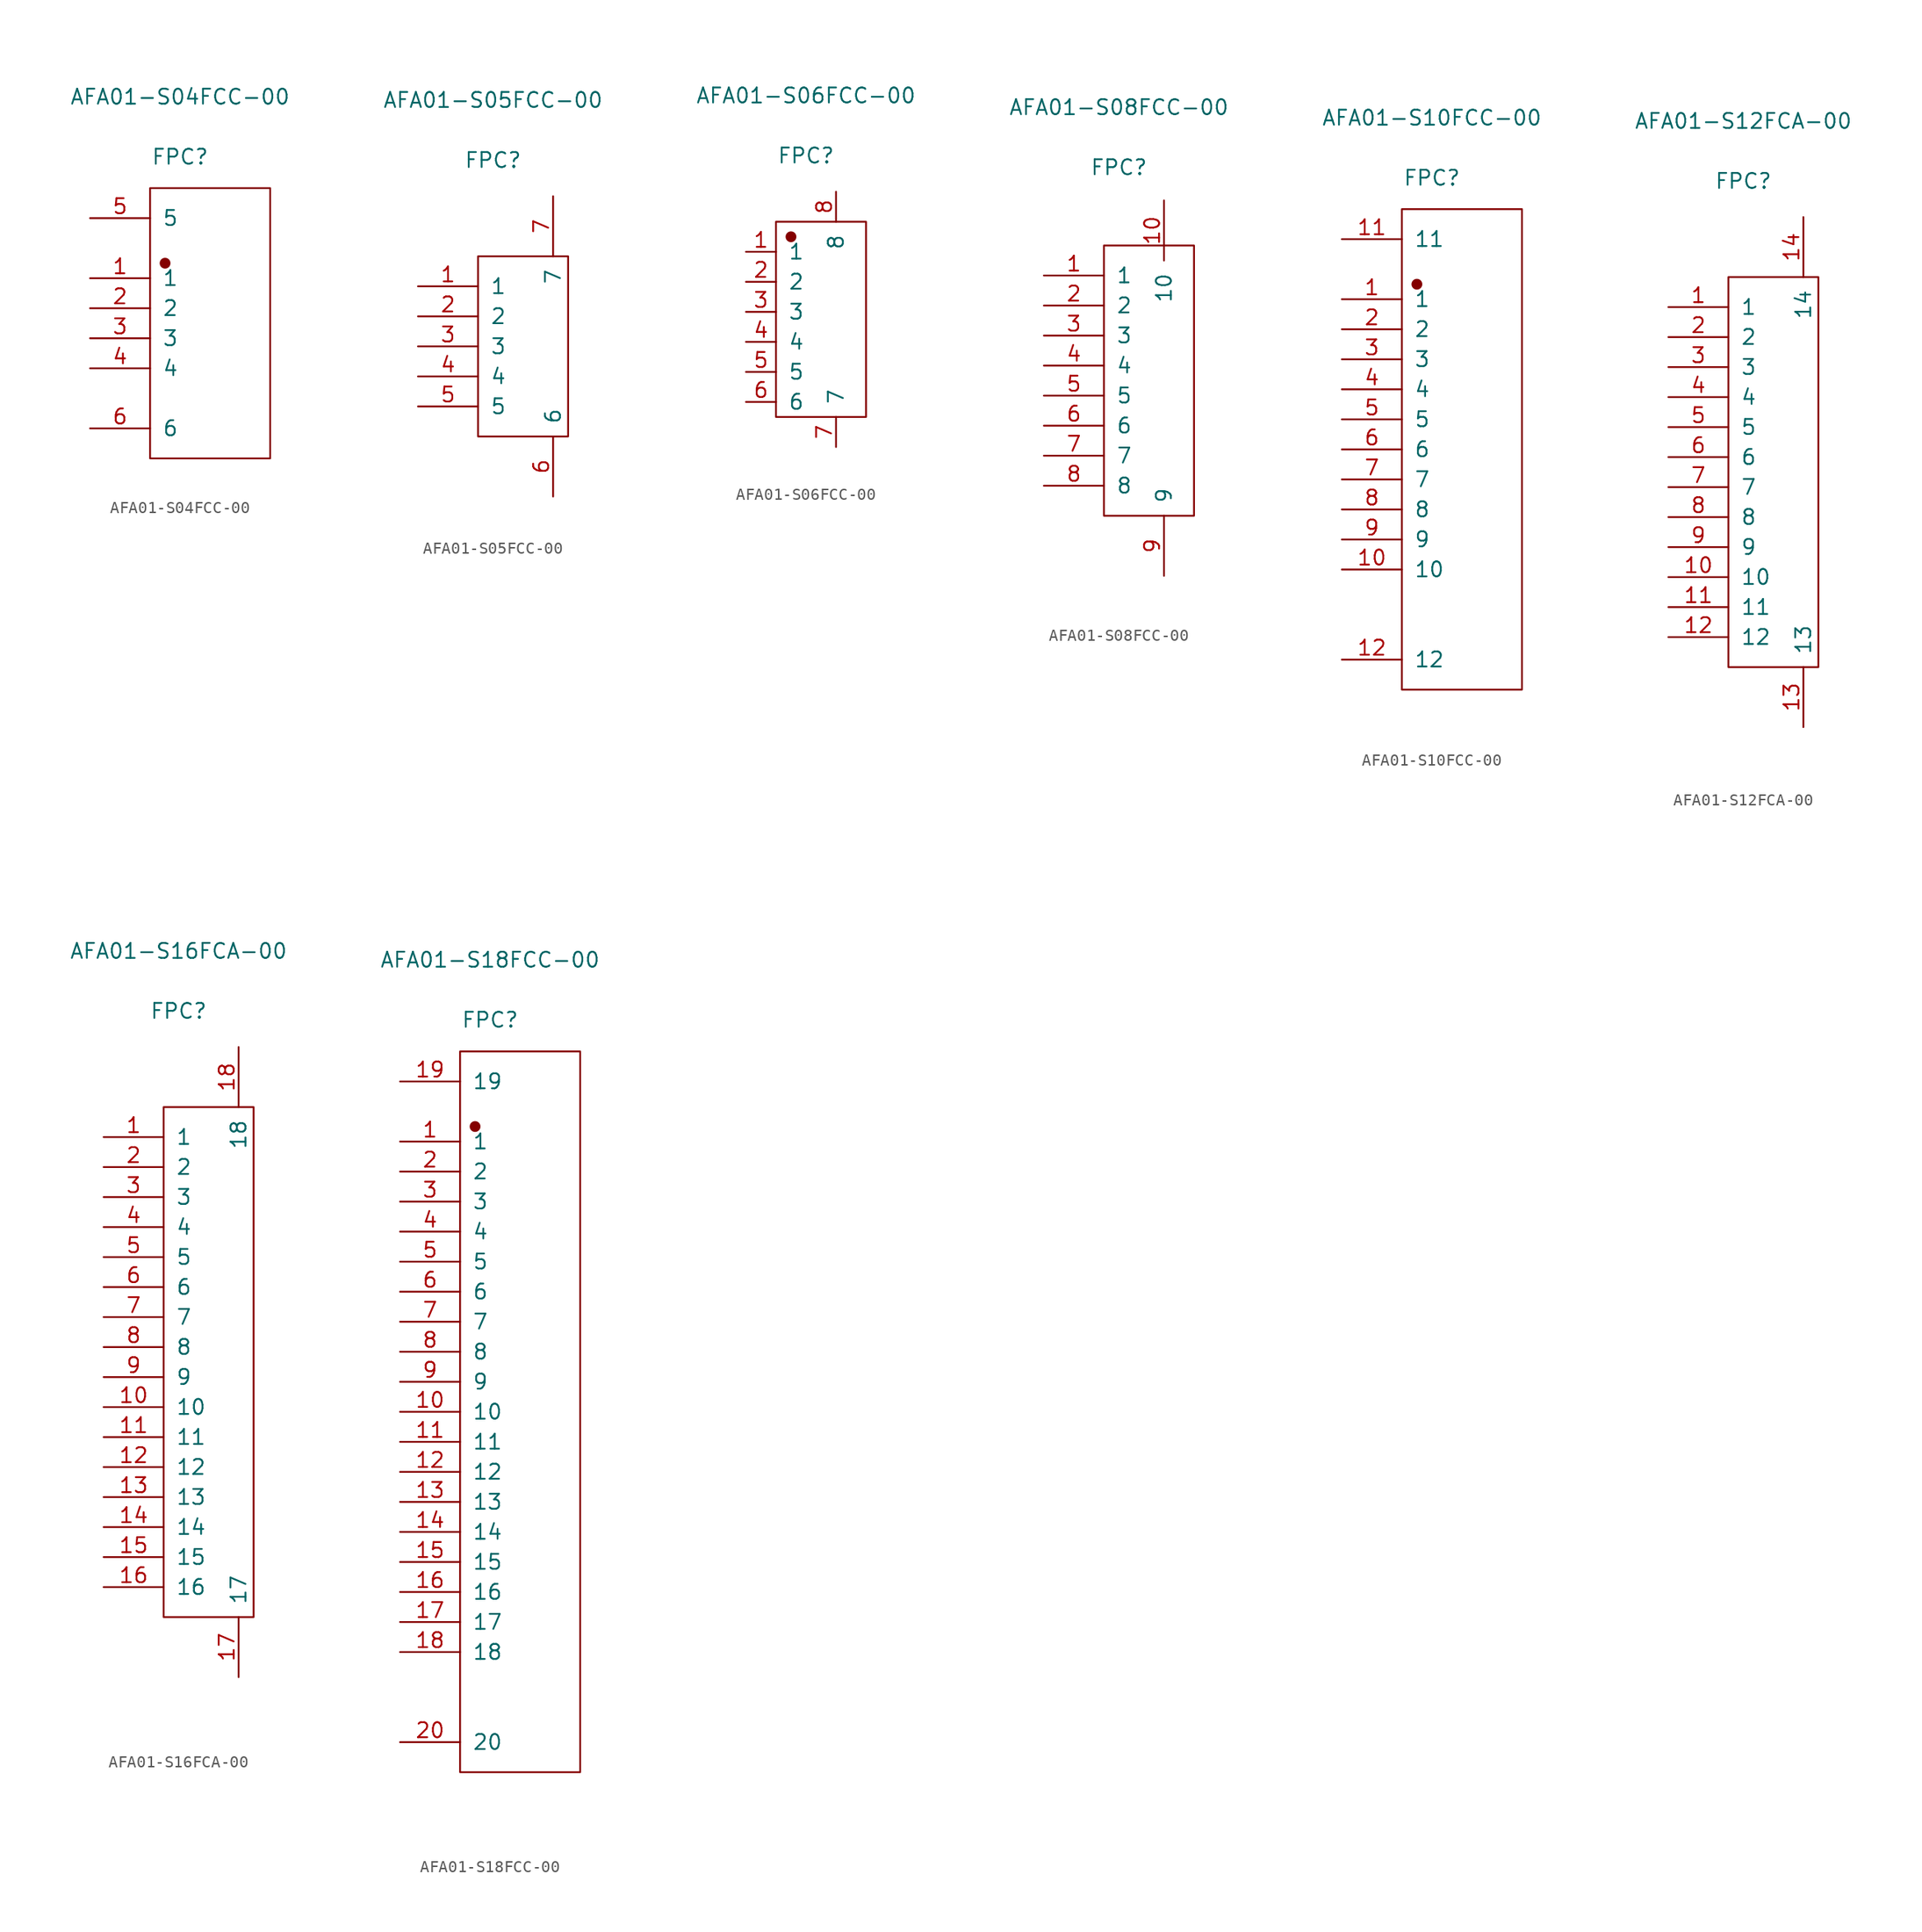
<source format=kicad_sym>
(kicad_symbol_lib
  (version 20220914)
  (generator kicad_symbol_editor)
  (symbol "AFA01-S04FCC-00"
    (pin_names
      (offset 1.016))
    (property "Reference" "FPC"
      (at 0 14.072 0)
      (effects (font (size 1.27 1.27))))
    (property "Value" "AFA01-S04FCC-00"
      (at 0 19.152 0)
      (effects (font (size 1.27 1.27))))
    (symbol "AFA01-S04FCC-00_1_1"
      (rectangle (start -2.54 11.43) (end 7.62 -11.43) (stroke (width 0.152) (type solid)) (fill (type none)))
      (circle (center -1.27 5.08) (radius 0.381) (stroke (width 0.152) (type solid)) (fill (type outline)))
      (pin passive line (at -7.62 3.81 0) (length 5.08) (name "1" (effects (font (size 1.27 1.27)))) (number "1" (effects (font (size 1.27 1.27)))))
      (pin passive line (at -7.62 1.27 0) (length 5.08) (name "2" (effects (font (size 1.27 1.27)))) (number "2" (effects (font (size 1.27 1.27)))))
      (pin passive line (at -7.62 -1.27 0) (length 5.08) (name "3" (effects (font (size 1.27 1.27)))) (number "3" (effects (font (size 1.27 1.27)))))
      (pin passive line (at -7.62 -3.81 0) (length 5.08) (name "4" (effects (font (size 1.27 1.27)))) (number "4" (effects (font (size 1.27 1.27)))))
      (pin free line (at -7.62 8.89 0) (length 5.08) (name "5" (effects (font (size 1.27 1.27)))) (number "5" (effects (font (size 1.27 1.27)))))
      (pin free line (at -7.62 -8.89 0) (length 5.08) (name "6" (effects (font (size 1.27 1.27)))) (number "6" (effects (font (size 1.27 1.27)))))))
  (symbol "AFA01-S05FCC-00"
    (pin_names
      (offset 1.016))
    (property "Reference" "FPC"
      (at 0 15.748 0)
      (effects (font (size 1.27 1.27))))
    (property "Value" "AFA01-S05FCC-00"
      (at 0 20.828 0)
      (effects (font (size 1.27 1.27))))
    (symbol "AFA01-S05FCC-00_1_1"
      (rectangle (start -1.27 7.62) (end 6.35 -7.62) (stroke (width 0.152) (type solid)) (fill (type none)))
      (pin passive line (at -6.35 5.08 0) (length 5.08) (name "1" (effects (font (size 1.27 1.27)))) (number "1" (effects (font (size 1.27 1.27)))))
      (pin passive line (at -6.35 2.54 0) (length 5.08) (name "2" (effects (font (size 1.27 1.27)))) (number "2" (effects (font (size 1.27 1.27)))))
      (pin passive line (at -6.35 0 0) (length 5.08) (name "3" (effects (font (size 1.27 1.27)))) (number "3" (effects (font (size 1.27 1.27)))))
      (pin passive line (at -6.35 -2.54 0) (length 5.08) (name "4" (effects (font (size 1.27 1.27)))) (number "4" (effects (font (size 1.27 1.27)))))
      (pin passive line (at -6.35 -5.08 0) (length 5.08) (name "5" (effects (font (size 1.27 1.27)))) (number "5" (effects (font (size 1.27 1.27)))))
      (pin free line (at 5.08 -12.7 90) (length 5.08) (name "6" (effects (font (size 1.27 1.27)))) (number "6" (effects (font (size 1.27 1.27)))))
      (pin free line (at 5.08 12.7 270) (length 5.08) (name "7" (effects (font (size 1.27 1.27)))) (number "7" (effects (font (size 1.27 1.27)))))))
  (symbol "AFA01-S06FCC-00"
    (pin_names
      (offset 1.016))
    (property "Reference" "FPC"
      (at 0 14.478 0)
      (effects (font (size 1.27 1.27))))
    (property "Value" "AFA01-S06FCC-00"
      (at 0 19.558 0)
      (effects (font (size 1.27 1.27))))
    (symbol "AFA01-S06FCC-00_1_1"
      (rectangle (start -2.54 8.89) (end 5.08 -7.62) (stroke (width 0.152) (type solid)) (fill (type none)))
      (circle (center -1.27 7.62) (radius 0.381) (stroke (width 0.152) (type solid)) (fill (type outline)))
      (pin passive line (at -5.08 6.35 0) (length 2.54) (name "1" (effects (font (size 1.27 1.27)))) (number "1" (effects (font (size 1.27 1.27)))))
      (pin passive line (at -5.08 3.81 0) (length 2.54) (name "2" (effects (font (size 1.27 1.27)))) (number "2" (effects (font (size 1.27 1.27)))))
      (pin passive line (at -5.08 1.27 0) (length 2.54) (name "3" (effects (font (size 1.27 1.27)))) (number "3" (effects (font (size 1.27 1.27)))))
      (pin passive line (at -5.08 -1.27 0) (length 2.54) (name "4" (effects (font (size 1.27 1.27)))) (number "4" (effects (font (size 1.27 1.27)))))
      (pin passive line (at -5.08 -3.81 0) (length 2.54) (name "5" (effects (font (size 1.27 1.27)))) (number "5" (effects (font (size 1.27 1.27)))))
      (pin passive line (at -5.08 -6.35 0) (length 2.54) (name "6" (effects (font (size 1.27 1.27)))) (number "6" (effects (font (size 1.27 1.27)))))
      (pin free line (at 2.54 -10.16 90) (length 2.54) (name "7" (effects (font (size 1.27 1.27)))) (number "7" (effects (font (size 1.27 1.27)))))
      (pin free line (at 2.54 11.43 270) (length 2.54) (name "8" (effects (font (size 1.27 1.27)))) (number "8" (effects (font (size 1.27 1.27)))))))
  (symbol "AFA01-S08FCC-00"
    (pin_names
      (offset 1.016))
    (property "Reference" "FPC"
      (at 0 18.034 0)
      (effects (font (size 1.27 1.27))))
    (property "Value" "AFA01-S08FCC-00"
      (at 0 23.114 0)
      (effects (font (size 1.27 1.27))))
    (symbol "AFA01-S08FCC-00_1_1"
      (rectangle (start -1.27 11.43) (end 6.35 -11.43) (stroke (width 0.152) (type solid)) (fill (type none)))
      (pin passive line (at -6.35 8.89 0) (length 5.08) (name "1" (effects (font (size 1.27 1.27)))) (number "1" (effects (font (size 1.27 1.27)))))
      (pin free line (at 3.81 15.24 270) (length 5.08) (name "10" (effects (font (size 1.27 1.27)))) (number "10" (effects (font (size 1.27 1.27)))))
      (pin passive line (at -6.35 6.35 0) (length 5.08) (name "2" (effects (font (size 1.27 1.27)))) (number "2" (effects (font (size 1.27 1.27)))))
      (pin passive line (at -6.35 3.81 0) (length 5.08) (name "3" (effects (font (size 1.27 1.27)))) (number "3" (effects (font (size 1.27 1.27)))))
      (pin passive line (at -6.35 1.27 0) (length 5.08) (name "4" (effects (font (size 1.27 1.27)))) (number "4" (effects (font (size 1.27 1.27)))))
      (pin passive line (at -6.35 -1.27 0) (length 5.08) (name "5" (effects (font (size 1.27 1.27)))) (number "5" (effects (font (size 1.27 1.27)))))
      (pin passive line (at -6.35 -3.81 0) (length 5.08) (name "6" (effects (font (size 1.27 1.27)))) (number "6" (effects (font (size 1.27 1.27)))))
      (pin passive line (at -6.35 -6.35 0) (length 5.08) (name "7" (effects (font (size 1.27 1.27)))) (number "7" (effects (font (size 1.27 1.27)))))
      (pin passive line (at -6.35 -8.89 0) (length 5.08) (name "8" (effects (font (size 1.27 1.27)))) (number "8" (effects (font (size 1.27 1.27)))))
      (pin free line (at 3.81 -16.51 90) (length 5.08) (name "9" (effects (font (size 1.27 1.27)))) (number "9" (effects (font (size 1.27 1.27)))))))
  (symbol "AFA01-S10FCC-00"
    (pin_names
      (offset 1.016))
    (property "Reference" "FPC"
      (at 0 22.962 0)
      (effects (font (size 1.27 1.27))))
    (property "Value" "AFA01-S10FCC-00"
      (at 0 28.042 0)
      (effects (font (size 1.27 1.27))))
    (symbol "AFA01-S10FCC-00_1_1"
      (rectangle (start -2.54 20.32) (end 7.62 -20.32) (stroke (width 0.152) (type solid)) (fill (type none)))
      (circle (center -1.27 13.97) (radius 0.381) (stroke (width 0.152) (type solid)) (fill (type outline)))
      (pin passive line (at -7.62 12.7 0) (length 5.08) (name "1" (effects (font (size 1.27 1.27)))) (number "1" (effects (font (size 1.27 1.27)))))
      (pin passive line (at -7.62 -10.16 0) (length 5.08) (name "10" (effects (font (size 1.27 1.27)))) (number "10" (effects (font (size 1.27 1.27)))))
      (pin free line (at -7.62 17.78 0) (length 5.08) (name "11" (effects (font (size 1.27 1.27)))) (number "11" (effects (font (size 1.27 1.27)))))
      (pin free line (at -7.62 -17.78 0) (length 5.08) (name "12" (effects (font (size 1.27 1.27)))) (number "12" (effects (font (size 1.27 1.27)))))
      (pin passive line (at -7.62 10.16 0) (length 5.08) (name "2" (effects (font (size 1.27 1.27)))) (number "2" (effects (font (size 1.27 1.27)))))
      (pin passive line (at -7.62 7.62 0) (length 5.08) (name "3" (effects (font (size 1.27 1.27)))) (number "3" (effects (font (size 1.27 1.27)))))
      (pin passive line (at -7.62 5.08 0) (length 5.08) (name "4" (effects (font (size 1.27 1.27)))) (number "4" (effects (font (size 1.27 1.27)))))
      (pin passive line (at -7.62 2.54 0) (length 5.08) (name "5" (effects (font (size 1.27 1.27)))) (number "5" (effects (font (size 1.27 1.27)))))
      (pin passive line (at -7.62 0 0) (length 5.08) (name "6" (effects (font (size 1.27 1.27)))) (number "6" (effects (font (size 1.27 1.27)))))
      (pin passive line (at -7.62 -2.54 0) (length 5.08) (name "7" (effects (font (size 1.27 1.27)))) (number "7" (effects (font (size 1.27 1.27)))))
      (pin passive line (at -7.62 -5.08 0) (length 5.08) (name "8" (effects (font (size 1.27 1.27)))) (number "8" (effects (font (size 1.27 1.27)))))
      (pin passive line (at -7.62 -7.62 0) (length 5.08) (name "9" (effects (font (size 1.27 1.27)))) (number "9" (effects (font (size 1.27 1.27)))))))
  (symbol "AFA01-S12FCA-00"
    (pin_names
      (offset 1.016))
    (property "Reference" "FPC"
      (at 0 24.638 0)
      (effects (font (size 1.27 1.27))))
    (property "Value" "AFA01-S12FCA-00"
      (at 0 29.718 0)
      (effects (font (size 1.27 1.27))))
    (symbol "AFA01-S12FCA-00_1_1"
      (rectangle (start -1.27 16.51) (end 6.35 -16.51) (stroke (width 0.152) (type solid)) (fill (type none)))
      (pin passive line (at -6.35 13.97 0) (length 5.08) (name "1" (effects (font (size 1.27 1.27)))) (number "1" (effects (font (size 1.27 1.27)))))
      (pin passive line (at -6.35 -8.89 0) (length 5.08) (name "10" (effects (font (size 1.27 1.27)))) (number "10" (effects (font (size 1.27 1.27)))))
      (pin passive line (at -6.35 -11.43 0) (length 5.08) (name "11" (effects (font (size 1.27 1.27)))) (number "11" (effects (font (size 1.27 1.27)))))
      (pin passive line (at -6.35 -13.97 0) (length 5.08) (name "12" (effects (font (size 1.27 1.27)))) (number "12" (effects (font (size 1.27 1.27)))))
      (pin free line (at 5.08 -21.59 90) (length 5.08) (name "13" (effects (font (size 1.27 1.27)))) (number "13" (effects (font (size 1.27 1.27)))))
      (pin free line (at 5.08 21.59 270) (length 5.08) (name "14" (effects (font (size 1.27 1.27)))) (number "14" (effects (font (size 1.27 1.27)))))
      (pin passive line (at -6.35 11.43 0) (length 5.08) (name "2" (effects (font (size 1.27 1.27)))) (number "2" (effects (font (size 1.27 1.27)))))
      (pin passive line (at -6.35 8.89 0) (length 5.08) (name "3" (effects (font (size 1.27 1.27)))) (number "3" (effects (font (size 1.27 1.27)))))
      (pin passive line (at -6.35 6.35 0) (length 5.08) (name "4" (effects (font (size 1.27 1.27)))) (number "4" (effects (font (size 1.27 1.27)))))
      (pin passive line (at -6.35 3.81 0) (length 5.08) (name "5" (effects (font (size 1.27 1.27)))) (number "5" (effects (font (size 1.27 1.27)))))
      (pin passive line (at -6.35 1.27 0) (length 5.08) (name "6" (effects (font (size 1.27 1.27)))) (number "6" (effects (font (size 1.27 1.27)))))
      (pin passive line (at -6.35 -1.27 0) (length 5.08) (name "7" (effects (font (size 1.27 1.27)))) (number "7" (effects (font (size 1.27 1.27)))))
      (pin passive line (at -6.35 -3.81 0) (length 5.08) (name "8" (effects (font (size 1.27 1.27)))) (number "8" (effects (font (size 1.27 1.27)))))
      (pin passive line (at -6.35 -6.35 0) (length 5.08) (name "9" (effects (font (size 1.27 1.27)))) (number "9" (effects (font (size 1.27 1.27)))))))
  (symbol "AFA01-S16FCA-00"
    (pin_names
      (offset 1.016))
    (property "Reference" "FPC"
      (at 0 29.718 0)
      (effects (font (size 1.27 1.27))))
    (property "Value" "AFA01-S16FCA-00"
      (at 0 34.798 0)
      (effects (font (size 1.27 1.27))))
    (symbol "AFA01-S16FCA-00_1_1"
      (rectangle (start -1.27 21.59) (end 6.35 -21.59) (stroke (width 0.152) (type solid)) (fill (type none)))
      (pin passive line (at -6.35 19.05 0) (length 5.08) (name "1" (effects (font (size 1.27 1.27)))) (number "1" (effects (font (size 1.27 1.27)))))
      (pin passive line (at -6.35 -3.81 0) (length 5.08) (name "10" (effects (font (size 1.27 1.27)))) (number "10" (effects (font (size 1.27 1.27)))))
      (pin passive line (at -6.35 -6.35 0) (length 5.08) (name "11" (effects (font (size 1.27 1.27)))) (number "11" (effects (font (size 1.27 1.27)))))
      (pin passive line (at -6.35 -8.89 0) (length 5.08) (name "12" (effects (font (size 1.27 1.27)))) (number "12" (effects (font (size 1.27 1.27)))))
      (pin passive line (at -6.35 -11.43 0) (length 5.08) (name "13" (effects (font (size 1.27 1.27)))) (number "13" (effects (font (size 1.27 1.27)))))
      (pin passive line (at -6.35 -13.97 0) (length 5.08) (name "14" (effects (font (size 1.27 1.27)))) (number "14" (effects (font (size 1.27 1.27)))))
      (pin passive line (at -6.35 -16.51 0) (length 5.08) (name "15" (effects (font (size 1.27 1.27)))) (number "15" (effects (font (size 1.27 1.27)))))
      (pin passive line (at -6.35 -19.05 0) (length 5.08) (name "16" (effects (font (size 1.27 1.27)))) (number "16" (effects (font (size 1.27 1.27)))))
      (pin free line (at 5.08 -26.67 90) (length 5.08) (name "17" (effects (font (size 1.27 1.27)))) (number "17" (effects (font (size 1.27 1.27)))))
      (pin free line (at 5.08 26.67 270) (length 5.08) (name "18" (effects (font (size 1.27 1.27)))) (number "18" (effects (font (size 1.27 1.27)))))
      (pin passive line (at -6.35 16.51 0) (length 5.08) (name "2" (effects (font (size 1.27 1.27)))) (number "2" (effects (font (size 1.27 1.27)))))
      (pin passive line (at -6.35 13.97 0) (length 5.08) (name "3" (effects (font (size 1.27 1.27)))) (number "3" (effects (font (size 1.27 1.27)))))
      (pin passive line (at -6.35 11.43 0) (length 5.08) (name "4" (effects (font (size 1.27 1.27)))) (number "4" (effects (font (size 1.27 1.27)))))
      (pin passive line (at -6.35 8.89 0) (length 5.08) (name "5" (effects (font (size 1.27 1.27)))) (number "5" (effects (font (size 1.27 1.27)))))
      (pin passive line (at -6.35 6.35 0) (length 5.08) (name "6" (effects (font (size 1.27 1.27)))) (number "6" (effects (font (size 1.27 1.27)))))
      (pin passive line (at -6.35 3.81 0) (length 5.08) (name "7" (effects (font (size 1.27 1.27)))) (number "7" (effects (font (size 1.27 1.27)))))
      (pin passive line (at -6.35 1.27 0) (length 5.08) (name "8" (effects (font (size 1.27 1.27)))) (number "8" (effects (font (size 1.27 1.27)))))
      (pin passive line (at -6.35 -1.27 0) (length 5.08) (name "9" (effects (font (size 1.27 1.27)))) (number "9" (effects (font (size 1.27 1.27)))))))
  (symbol "AFA01-S18FCC-00"
    (pin_names
      (offset 1.016))
    (property "Reference" "FPC"
      (at 0 33.147 0)
      (effects (font (size 1.27 1.27))))
    (property "Value" "AFA01-S18FCC-00"
      (at 0 38.227 0)
      (effects (font (size 1.27 1.27))))
    (symbol "AFA01-S18FCC-00_1_1"
      (rectangle (start -2.54 30.48) (end 7.62 -30.48) (stroke (width 0.152) (type solid)) (fill (type none)))
      (circle (center -1.27 24.13) (radius 0.381) (stroke (width 0.152) (type solid)) (fill (type outline)))
      (pin passive line (at -7.62 22.86 0) (length 5.08) (name "1" (effects (font (size 1.27 1.27)))) (number "1" (effects (font (size 1.27 1.27)))))
      (pin passive line (at -7.62 0 0) (length 5.08) (name "10" (effects (font (size 1.27 1.27)))) (number "10" (effects (font (size 1.27 1.27)))))
      (pin passive line (at -7.62 -2.54 0) (length 5.08) (name "11" (effects (font (size 1.27 1.27)))) (number "11" (effects (font (size 1.27 1.27)))))
      (pin passive line (at -7.62 -5.08 0) (length 5.08) (name "12" (effects (font (size 1.27 1.27)))) (number "12" (effects (font (size 1.27 1.27)))))
      (pin passive line (at -7.62 -7.62 0) (length 5.08) (name "13" (effects (font (size 1.27 1.27)))) (number "13" (effects (font (size 1.27 1.27)))))
      (pin passive line (at -7.62 -10.16 0) (length 5.08) (name "14" (effects (font (size 1.27 1.27)))) (number "14" (effects (font (size 1.27 1.27)))))
      (pin passive line (at -7.62 -12.7 0) (length 5.08) (name "15" (effects (font (size 1.27 1.27)))) (number "15" (effects (font (size 1.27 1.27)))))
      (pin passive line (at -7.62 -15.24 0) (length 5.08) (name "16" (effects (font (size 1.27 1.27)))) (number "16" (effects (font (size 1.27 1.27)))))
      (pin passive line (at -7.62 -17.78 0) (length 5.08) (name "17" (effects (font (size 1.27 1.27)))) (number "17" (effects (font (size 1.27 1.27)))))
      (pin passive line (at -7.62 -20.32 0) (length 5.08) (name "18" (effects (font (size 1.27 1.27)))) (number "18" (effects (font (size 1.27 1.27)))))
      (pin free line (at -7.62 27.94 0) (length 5.08) (name "19" (effects (font (size 1.27 1.27)))) (number "19" (effects (font (size 1.27 1.27)))))
      (pin passive line (at -7.62 20.32 0) (length 5.08) (name "2" (effects (font (size 1.27 1.27)))) (number "2" (effects (font (size 1.27 1.27)))))
      (pin free line (at -7.62 -27.94 0) (length 5.08) (name "20" (effects (font (size 1.27 1.27)))) (number "20" (effects (font (size 1.27 1.27)))))
      (pin passive line (at -7.62 17.78 0) (length 5.08) (name "3" (effects (font (size 1.27 1.27)))) (number "3" (effects (font (size 1.27 1.27)))))
      (pin passive line (at -7.62 15.24 0) (length 5.08) (name "4" (effects (font (size 1.27 1.27)))) (number "4" (effects (font (size 1.27 1.27)))))
      (pin passive line (at -7.62 12.7 0) (length 5.08) (name "5" (effects (font (size 1.27 1.27)))) (number "5" (effects (font (size 1.27 1.27)))))
      (pin passive line (at -7.62 10.16 0) (length 5.08) (name "6" (effects (font (size 1.27 1.27)))) (number "6" (effects (font (size 1.27 1.27)))))
      (pin passive line (at -7.62 7.62 0) (length 5.08) (name "7" (effects (font (size 1.27 1.27)))) (number "7" (effects (font (size 1.27 1.27)))))
      (pin passive line (at -7.62 5.08 0) (length 5.08) (name "8" (effects (font (size 1.27 1.27)))) (number "8" (effects (font (size 1.27 1.27)))))
      (pin passive line (at -7.62 2.54 0) (length 5.08) (name "9" (effects (font (size 1.27 1.27)))) (number "9" (effects (font (size 1.27 1.27))))))))
</source>
